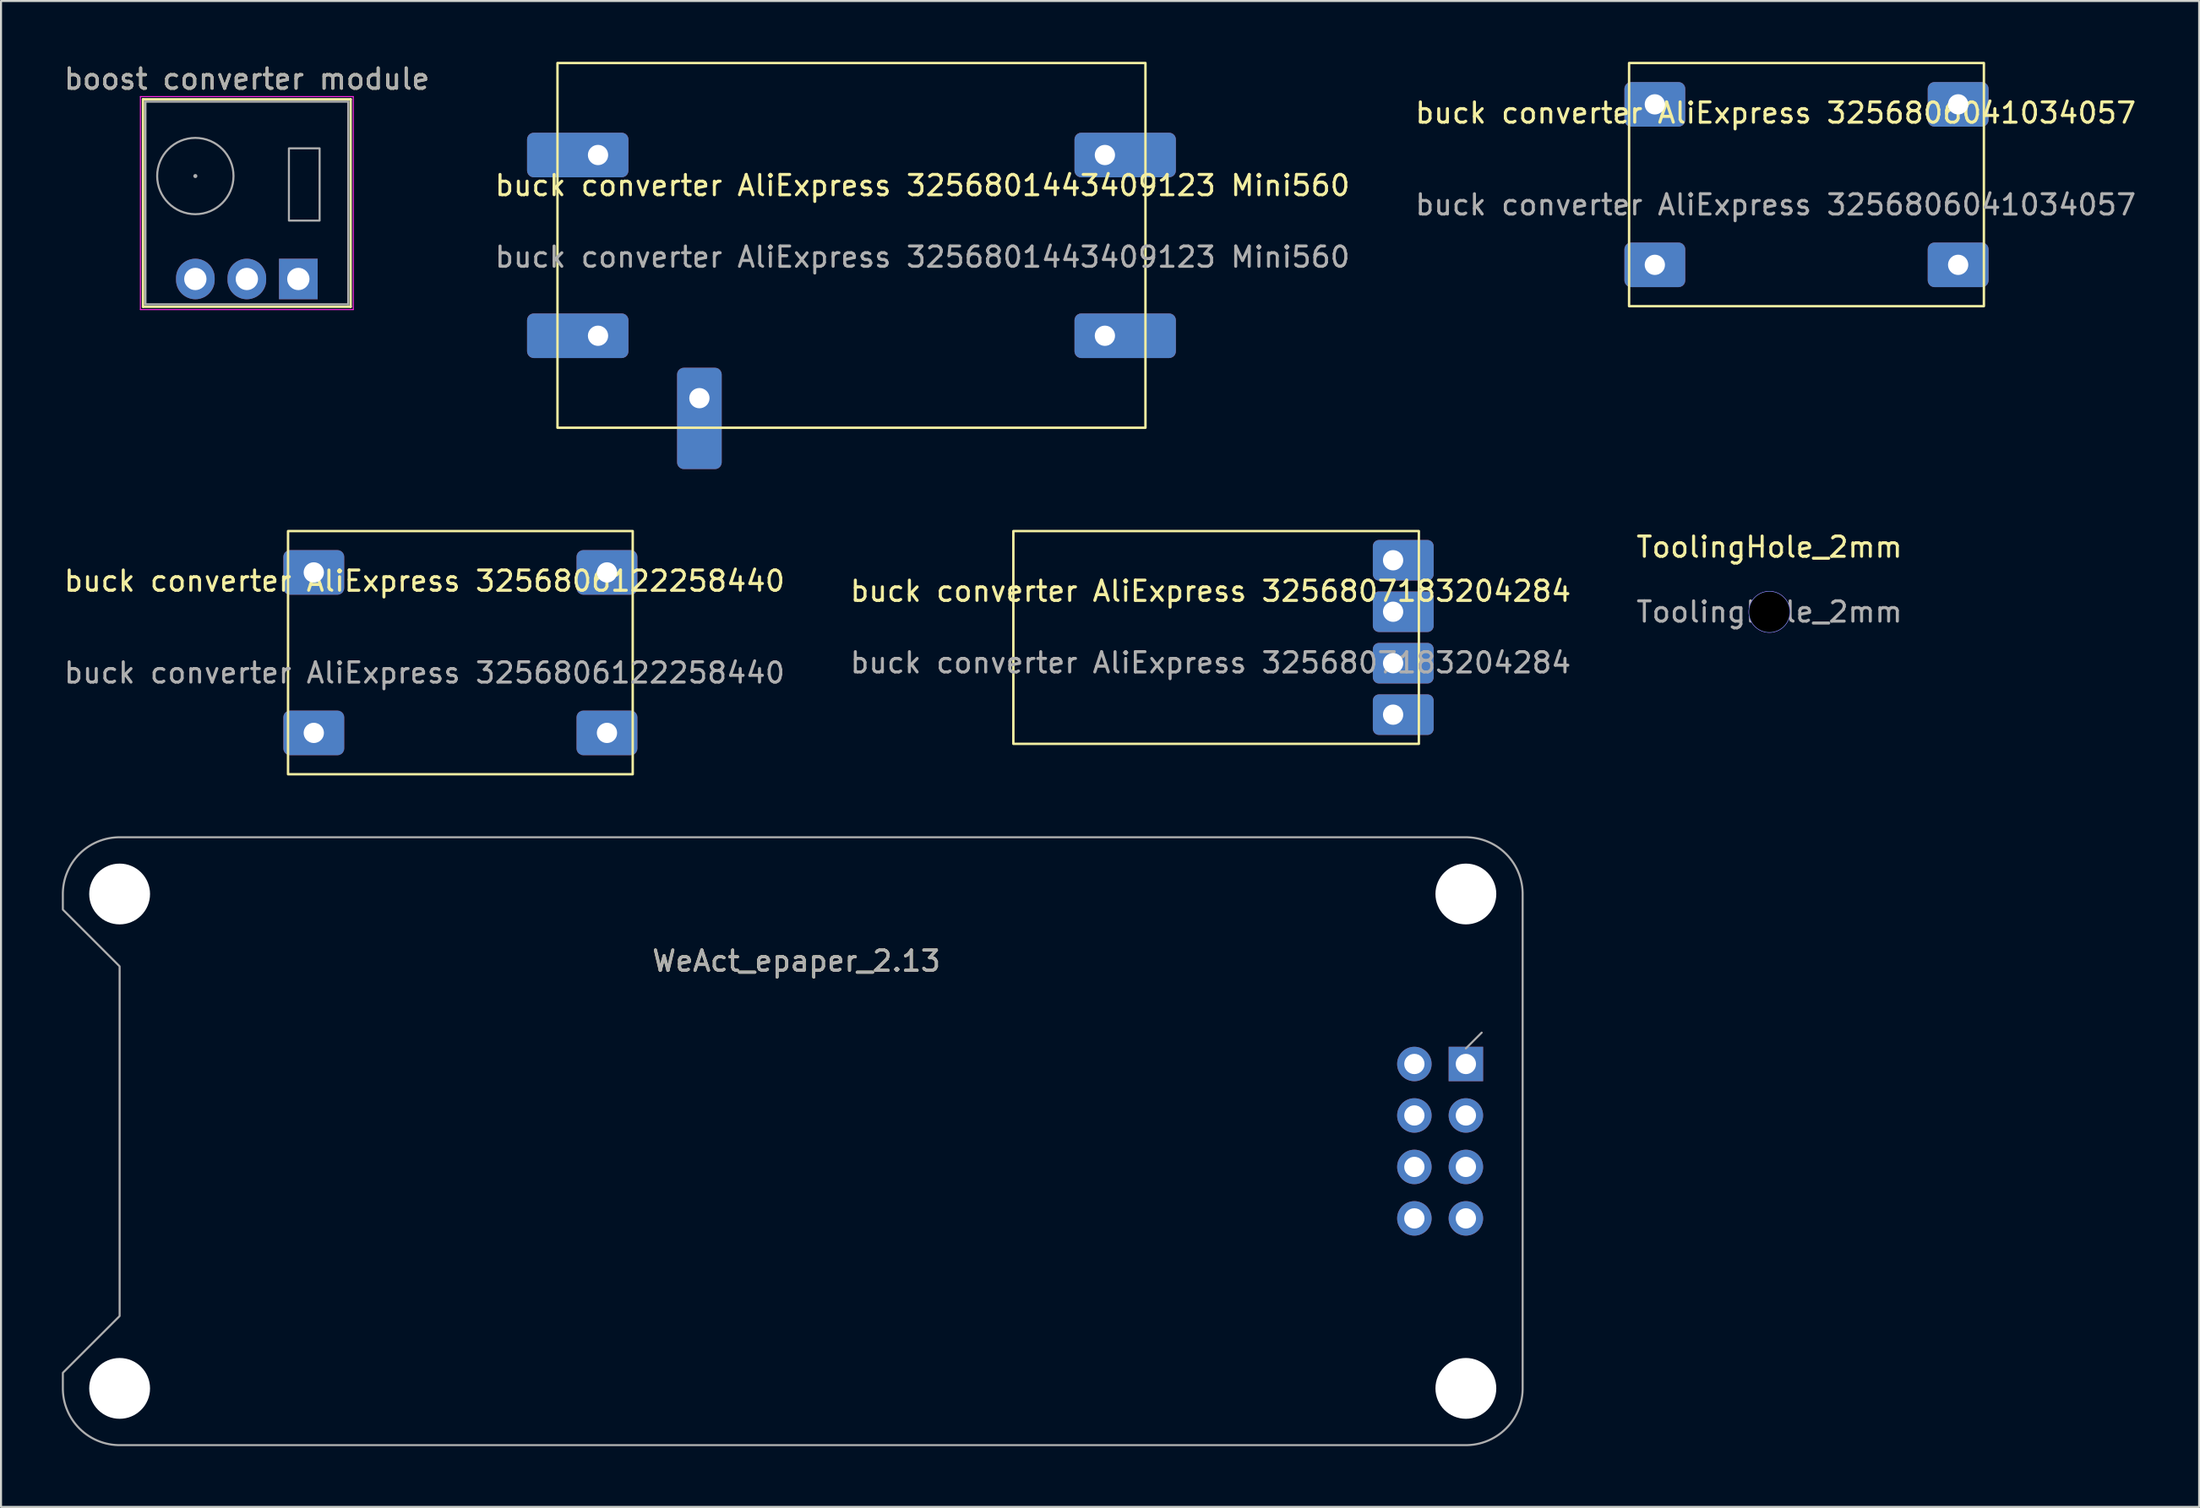
<source format=kicad_pcb>
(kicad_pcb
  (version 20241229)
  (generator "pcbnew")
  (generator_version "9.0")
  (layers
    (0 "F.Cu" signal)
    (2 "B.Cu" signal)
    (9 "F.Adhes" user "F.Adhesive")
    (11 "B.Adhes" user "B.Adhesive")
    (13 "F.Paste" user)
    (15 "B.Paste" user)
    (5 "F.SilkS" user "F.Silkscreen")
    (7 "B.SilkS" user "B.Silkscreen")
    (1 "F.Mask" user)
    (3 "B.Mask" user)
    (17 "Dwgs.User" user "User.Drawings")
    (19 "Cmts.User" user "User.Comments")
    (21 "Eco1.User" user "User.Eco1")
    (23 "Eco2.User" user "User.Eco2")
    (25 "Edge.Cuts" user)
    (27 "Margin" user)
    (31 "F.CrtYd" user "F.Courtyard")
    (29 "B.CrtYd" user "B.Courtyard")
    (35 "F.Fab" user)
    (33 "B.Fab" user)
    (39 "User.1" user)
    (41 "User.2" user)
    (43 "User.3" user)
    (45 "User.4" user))
  (footprint "ToolingHole_2mm"
    (layer "F.Cu")
    (at 84.22 27.148)
    (property "Reference" "ToolingHole_2mm" (at 0 -3.2 0) (layer "F.SilkS") (effects (font (size 1 1) (thickness 0.15))))
    (attr board_only exclude_from_pos_files exclude_from_bom allow_missing_courtyard)
    (fp_circle (center 0 0) (end 1 0) (stroke (width 0.05) (type solid)) (fill no) (layer "Cmts.User"))
    (fp_circle (center 0 0) (end 1 0) (stroke (width 0.05) (type solid)) (fill no) (layer "F.CrtYd"))
    (fp_text user "${REFERENCE}" (at 0 0 0) (layer "F.Fab") (effects (font (size 1 1) (thickness 0.15))))
    (pad "" np_thru_hole circle (at 0 0) (size 2 2) (drill 2) (layers "*.Paste" "*.Mask")))
  (footprint "WeAct_epaper_2.13"
    (layer "F.Cu")
    (at 69.25 49.46)
    (property "Reference" "WeAct_epaper_2.13" (at -33.02 -5.08 0) (layer "F.SilkS") (effects (font (size 1 1) (thickness 0.15))))
    (attr through_hole)
    (fp_line (start 0 -0.768) (end 0.78 -1.548) (stroke (width 0.1) (type solid)) (layer "F.Fab"))
    (fp_poly (pts (xy -69.2 -7.62) (xy -66.4 -4.82) (xy -66.4 12.44) (xy -69.2 15.24) (arc (start -69.2 16.01) (mid -68.379899 17.989899) (end -66.4 18.81)) (arc (start 0 18.81) (mid 1.979899 17.989899) (end 2.8 16.01)) (arc (start 2.8 -8.39) (mid 1.979899 -10.369899) (end 0 -11.19)) (arc (start -66.4 -11.19) (mid -68.379899 -10.369899) (end -69.2 -8.39))) (stroke (width 0.1) (type solid)) (fill no) (layer "F.Fab"))
    (fp_text user "${REFERENCE}" (at -33.02 -5.08 0) (layer "F.Fab") (effects (font (size 1 1) (thickness 0.15))))
    (pad "" np_thru_hole circle (at -66.4 -8.39) (size 3 3) (drill 3) (layers "*.Cu" "*.Mask"))
    (pad "" np_thru_hole circle (at -66.4 16.01) (size 3 3) (drill 3) (layers "*.Cu" "*.Mask"))
    (pad "" np_thru_hole circle (at 0 -8.39) (size 3 3) (drill 3) (layers "*.Cu" "*.Mask"))
    (pad "" np_thru_hole circle (at 0 16.01) (size 3 3) (drill 3) (layers "*.Cu" "*.Mask"))
    (pad "1" thru_hole rect (at 0 0) (size 1.7 1.7) (drill 1) (layers "*.Cu" "*.Mask"))
    (pad "2" thru_hole circle (at -2.54 0) (size 1.7 1.7) (drill 1) (layers "*.Cu" "*.Mask"))
    (pad "3" thru_hole circle (at 0 2.54) (size 1.7 1.7) (drill 1) (layers "*.Cu" "*.Mask"))
    (pad "4" thru_hole circle (at -2.54 2.54) (size 1.7 1.7) (drill 1) (layers "*.Cu" "*.Mask"))
    (pad "5" thru_hole circle (at 0 5.08) (size 1.7 1.7) (drill 1) (layers "*.Cu" "*.Mask"))
    (pad "6" thru_hole circle (at -2.54 5.08) (size 1.7 1.7) (drill 1) (layers "*.Cu" "*.Mask"))
    (pad "7" thru_hole circle (at 0 7.62) (size 1.7 1.7) (drill 1) (layers "*.Cu" "*.Mask"))
    (pad "8" thru_hole circle (at -2.54 7.62) (size 1.7 1.7) (drill 1) (layers "*.Cu" "*.Mask")))
  (footprint "buck converter AliExpress 3256806041034057"
    (layer "F.Cu")
    (at 78.57 10.02)
    (property "Reference" "buck converter AliExpress 3256806041034057" (at 5.96 -7.496 0) (unlocked yes) (layer "F.SilkS") (effects (font (size 1 1) (thickness 0.15))))
    (attr through_hole)
    (fp_rect (start -1.27 -9.96) (end 16.23 2.04) (stroke (width 0.12) (type solid)) (fill no) (layer "F.SilkS"))
    (fp_text user "${REFERENCE}" (at 5.96 -2.964 0) (unlocked yes) (layer "F.Fab") (effects (font (size 1 1) (thickness 0.15))))
    (pad "GND" thru_hole roundrect (at 0 -7.92) (size 3 2.2) (drill 1) (layers "*.Cu" "*.Mask") (roundrect_rratio 0.15))
    (pad "GND" thru_hole roundrect (at 14.96 -7.92) (size 3 2.2) (drill 1) (layers "*.Cu" "*.Mask") (roundrect_rratio 0.15))
    (pad "Vin" thru_hole roundrect (at 0 0) (size 3 2.2) (drill 1) (layers "*.Cu" "*.Mask") (roundrect_rratio 0.15))
    (pad "Vout" thru_hole roundrect (at 14.96 0) (size 3 2.2) (drill 1) (layers "*.Cu" "*.Mask") (roundrect_rratio 0.15)))
  (footprint "buck converter AliExpress 3256807183204284"
    (layer "F.Cu")
    (at 65.661 29.68)
    (property "Reference" "buck converter AliExpress 3256807183204284" (at -9 -3.556 0) (unlocked yes) (layer "F.SilkS") (effects (font (size 1 1) (thickness 0.15))))
    (attr through_hole)
    (fp_rect (start -18.73 -6.52) (end 1.27 3.98) (stroke (width 0.12) (type solid)) (fill no) (layer "F.SilkS"))
    (fp_text user "${REFERENCE}" (at -9 -0.024 0) (unlocked yes) (layer "F.Fab") (effects (font (size 1 1) (thickness 0.15))))
    (pad "GND" thru_hole roundrect (at 0 -2.54) (size 3 2) (drill 1 (offset 0.5 0)) (layers "*.Cu" "*.Mask") (roundrect_rratio 0.15))
    (pad "Vin" thru_hole roundrect (at 0 0) (size 3 2) (drill 1 (offset 0.5 0)) (layers "*.Cu" "*.Mask") (roundrect_rratio 0.15))
    (pad "Vout" thru_hole roundrect (at 0 -5.08) (size 3 2) (drill 1 (offset 0.5 0)) (layers "*.Cu" "*.Mask") (roundrect_rratio 0.15))
    (pad "en" thru_hole roundrect (at 0 2.54) (size 3 2) (drill 1 (offset 0.5 0)) (layers "*.Cu" "*.Mask") (roundrect_rratio 0.15)))
  (footprint "buck converter AliExpress 3256801443409123 Mini560"
    (layer "F.Cu")
    (at 26.446 4.6)
    (property "Reference" "buck converter AliExpress 3256801443409123 Mini560" (at 16 1.504 0) (unlocked yes) (layer "F.SilkS") (effects (font (size 1 1) (thickness 0.15))))
    (attr through_hole)
    (fp_rect (start -2 -4.54) (end 27 13.46) (stroke (width 0.12) (type solid)) (fill no) (layer "F.SilkS"))
    (fp_text user "${REFERENCE}" (at 16 5.036 0) (unlocked yes) (layer "F.Fab") (effects (font (size 1 1) (thickness 0.15))))
    (pad "GND" thru_hole roundrect (at 0 8.92) (size 5 2.2) (drill 1 (offset -1 0)) (layers "*.Cu" "*.Mask") (roundrect_rratio 0.15))
    (pad "GND" thru_hole roundrect (at 25 8.92) (size 5 2.2) (drill 1 (offset 1 0)) (layers "*.Cu" "*.Mask") (roundrect_rratio 0.15))
    (pad "Vin" thru_hole roundrect (at 0 0) (size 5 2.2) (drill 1 (offset -1 0)) (layers "*.Cu" "*.Mask") (roundrect_rratio 0.15))
    (pad "Vout" thru_hole roundrect (at 25 0) (size 5 2.2) (drill 1 (offset 1 0)) (layers "*.Cu" "*.Mask") (roundrect_rratio 0.15))
    (pad "en" thru_hole roundrect (at 5 12 90) (size 5 2.2) (drill 1 (offset -1 0)) (layers "*.Cu" "*.Mask") (roundrect_rratio 0.15)))
  (footprint "boost converter module"
    (layer "F.Cu")
    (at 11.665 10.718)
    (property "Reference" "boost converter module" (at -2.54 -9.87 0) (layer "F.SilkS") (effects (font (size 1 1) (thickness 0.15))))
    (attr through_hole)
    (fp_line (start -7.66 -8.87) (end -7.66 1.371) (stroke (width 0.12) (type solid)) (layer "F.SilkS"))
    (fp_line (start 2.58 -8.87) (end -7.66 -8.87) (stroke (width 0.12) (type solid)) (layer "F.SilkS"))
    (fp_line (start 2.58 -8.87) (end 2.58 1.371) (stroke (width 0.12) (type solid)) (layer "F.SilkS"))
    (fp_line (start 2.58 1.371) (end -7.66 1.371) (stroke (width 0.12) (type solid)) (layer "F.SilkS"))
    (fp_line (start -7.79 -9) (end 2.71 -9) (stroke (width 0.05) (type solid)) (layer "F.CrtYd"))
    (fp_line (start -7.79 1.51) (end -7.79 -9) (stroke (width 0.05) (type solid)) (layer "F.CrtYd"))
    (fp_line (start 2.71 -9) (end 2.71 1.51) (stroke (width 0.05) (type solid)) (layer "F.CrtYd"))
    (fp_line (start 2.71 1.51) (end -7.79 1.51) (stroke (width 0.05) (type solid)) (layer "F.CrtYd"))
    (fp_line (start -7.54 -8.75) (end 2.46 -8.75) (stroke (width 0.1) (type solid)) (layer "F.Fab"))
    (fp_line (start -7.54 1.25) (end -7.54 -8.75) (stroke (width 0.1) (type solid)) (layer "F.Fab"))
    (fp_line (start 2.46 -8.75) (end 2.46 1.25) (stroke (width 0.1) (type solid)) (layer "F.Fab"))
    (fp_line (start 2.46 1.25) (end -7.54 1.25) (stroke (width 0.1) (type solid)) (layer "F.Fab"))
    (fp_rect (start -0.465 -6.447) (end 1.049 -2.882) (stroke (width 0.1) (type solid)) (fill no) (layer "F.Fab"))
    (fp_circle (center -5.08 -5.08) (end -5.08 -5.08) (stroke (width 0.1) (type solid)) (fill no) (layer "F.Fab"))
    (fp_circle (center -5.08 -5.08) (end -3.761 -3.737) (stroke (width 0.1) (type solid)) (fill no) (layer "F.Fab"))
    (fp_text user "${REFERENCE}" (at -2.54 -9.87 0) (layer "F.Fab") (effects (font (size 1 1) (thickness 0.15))))
    (pad "1" thru_hole rect (at 0 0) (size 1.905 2) (drill 1.1) (layers "*.Cu" "*.Mask"))
    (pad "2" thru_hole oval (at -2.54 0) (size 1.905 2) (drill 1.1) (layers "*.Cu" "*.Mask"))
    (pad "3" thru_hole oval (at -5.08 0) (size 1.905 2) (drill 1.1) (layers "*.Cu" "*.Mask")))
  (footprint "buck converter AliExpress 3256806122258440"
    (layer "F.Cu")
    (at 12.427 33.12)
    (property "Reference" "buck converter AliExpress 3256806122258440" (at 5.46 -7.496 0) (unlocked yes) (layer "F.SilkS") (effects (font (size 1 1) (thickness 0.15))))
    (attr through_hole)
    (fp_rect (start -1.27 -9.96) (end 15.73 2.04) (stroke (width 0.12) (type solid)) (fill no) (layer "F.SilkS"))
    (fp_text user "${REFERENCE}" (at 5.46 -2.964 0) (unlocked yes) (layer "F.Fab") (effects (font (size 1 1) (thickness 0.15))))
    (pad "GND" thru_hole roundrect (at 0 -7.92) (size 3 2.2) (drill 1) (layers "*.Cu" "*.Mask") (roundrect_rratio 0.15))
    (pad "GND" thru_hole roundrect (at 14.46 -7.92) (size 3 2.2) (drill 1) (layers "*.Cu" "*.Mask") (roundrect_rratio 0.15))
    (pad "Vin" thru_hole roundrect (at 0 0) (size 3 2.2) (drill 1) (layers "*.Cu" "*.Mask") (roundrect_rratio 0.15))
    (pad "Vout" thru_hole roundrect (at 14.46 0) (size 3 2.2) (drill 1) (layers "*.Cu" "*.Mask") (roundrect_rratio 0.15)))
  (gr_rect
    (start -3 -3)
    (end 105.417 71.32)
    (stroke (width 0.1) (type default))
    (fill no)
    (layer "Edge.Cuts")))
</source>
